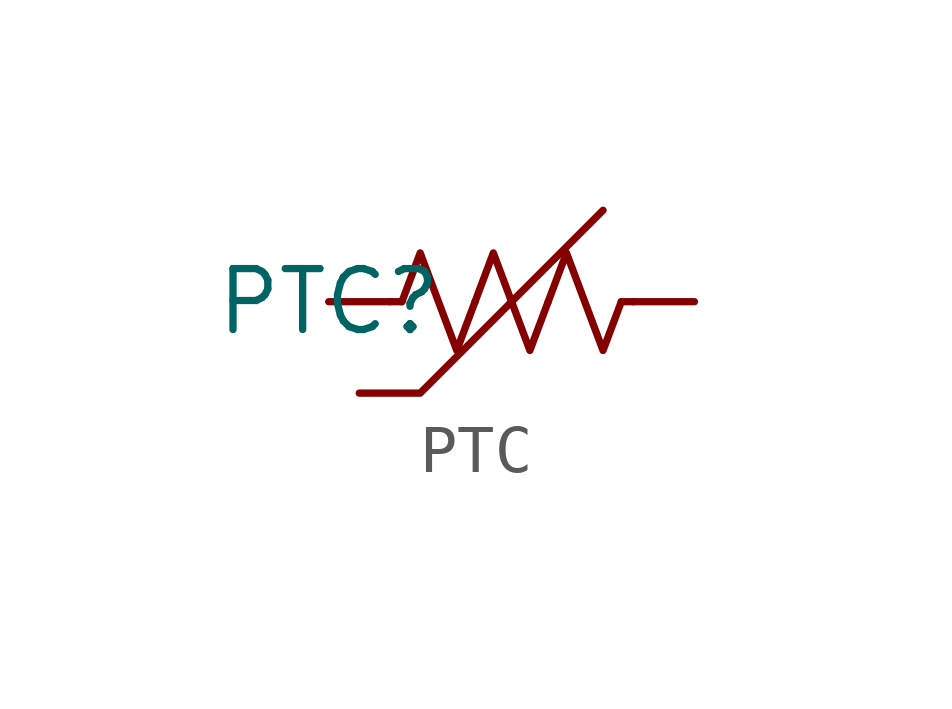
<source format=kicad_sym>
(kicad_symbol_lib
  (version 20220914)
  (generator kicad_symbol_editor)
  (symbol "PTC"
    (pin_numbers hide)
    (pin_names
      (offset 0.002) hide)
    (property "Reference" "PTC"
      (at 0 0 0)
      (effects (font (size 1.27 1.27))))
    (property "Value" ""
      (at 0 0 0)
      (effects (font (size 1.27 1.27))))
    (symbol "PTC_0_1"
      (polyline (pts (xy 1.524 0) (xy 1.27 0)) (stroke (width 0) (type default)) (fill (type none)))
      (polyline (pts (xy 6.096 0) (xy 6.35 0)) (stroke (width 0) (type default)) (fill (type none)))
      (polyline (pts (xy 0.635 -1.905) (xy 1.905 -1.905) (xy 5.715 1.905)) (stroke (width 0) (type default)) (fill (type none)))
      (polyline (pts (xy 1.524 0) (xy 1.905 1.016) (xy 2.286 0) (xy 2.667 -1.016) (xy 3.048 0)) (stroke (width 0) (type default)) (fill (type none)))
      (polyline (pts (xy 3.048 0) (xy 3.429 1.016) (xy 3.81 0) (xy 4.191 -1.016) (xy 4.572 0)) (stroke (width 0) (type default)) (fill (type none)))
      (polyline (pts (xy 4.572 0) (xy 4.953 1.016) (xy 5.334 0) (xy 5.715 -1.016) (xy 6.096 0)) (stroke (width 0) (type default)) (fill (type none))))
    (symbol "PTC_1_1"
      (pin passive line (at 0 0 0) (length 1.27) (name "~" (effects (font (size 1.27 1.27)))) (number "1" (effects (font (size 1.27 1.27)))))
      (pin passive line (at 7.62 0 180) (length 1.27) (name "~" (effects (font (size 1.27 1.27)))) (number "2" (effects (font (size 1.27 1.27))))))))
</source>
